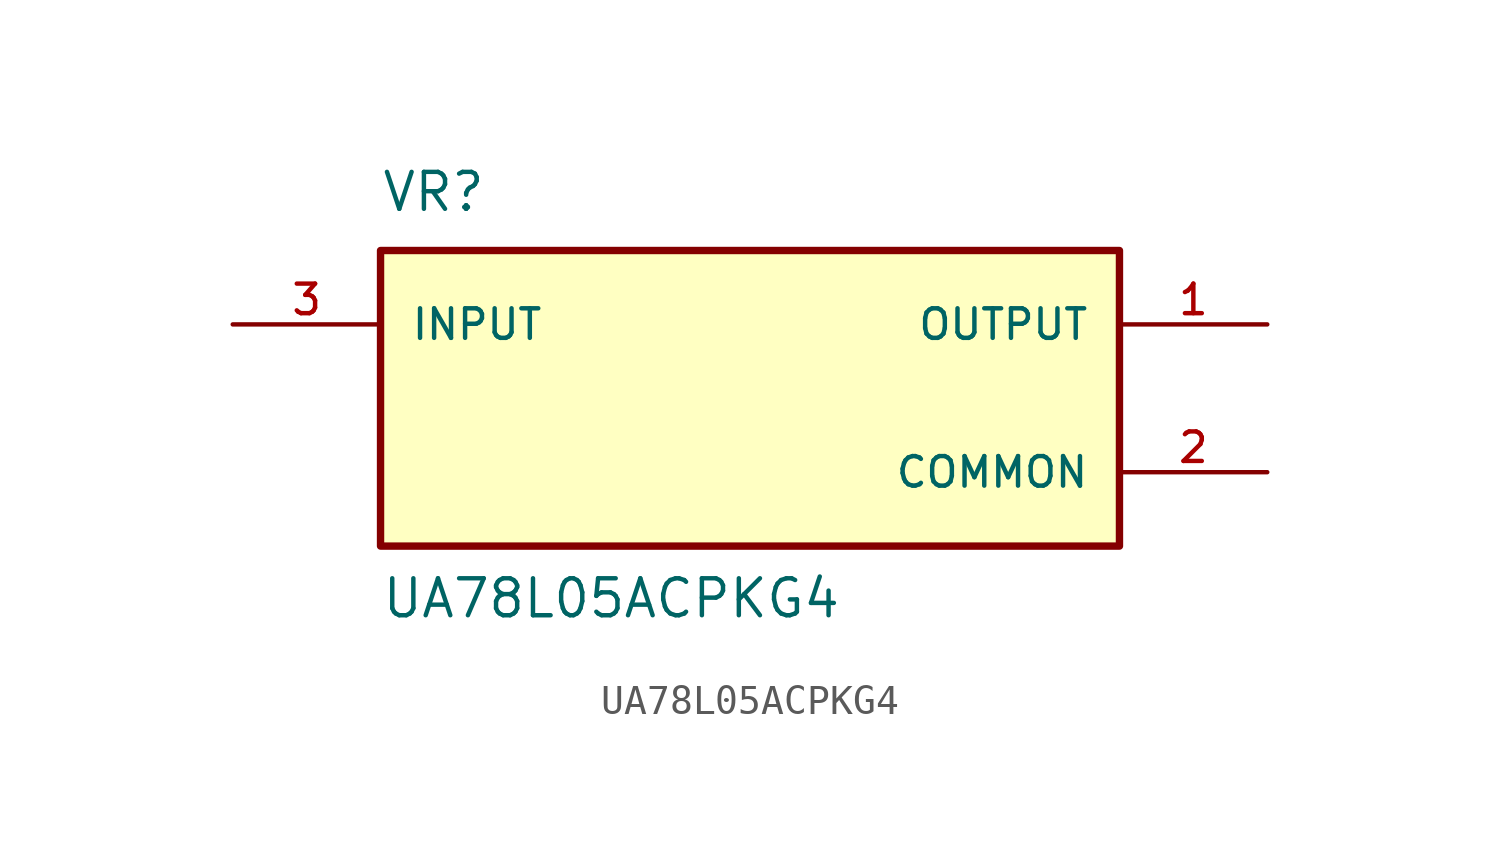
<source format=kicad_sym>
(kicad_symbol_lib
  (version 20211014)
  (generator kicad_symbol_editor)
  (symbol "UA78L05ACPKG4"
    (pin_names
      (offset 1.016))
    (property "Reference" "VR"
      (at -12.7 6.35 0)
      (effects (font (size 1.27 1.27)) (justify bottom left)))
    (property "Value" "UA78L05ACPKG4"
      (at -12.7 -7.62 0)
      (effects (font (size 1.27 1.27)) (justify bottom left)))
    (symbol "UA78L05ACPKG4_0_0"
      (rectangle (start -12.7 -5.08) (end 12.7 5.08) (stroke (width 0.254)) (fill (type background)))
      (pin input line (at -17.78 2.54 0) (length 5.08) (name "INPUT" (effects (font (size 1.016 1.016)))) (number "3" (effects (font (size 1.016 1.016)))))
      (pin power_in line (at 17.78 -2.54 180.0) (length 5.08) (name "COMMON" (effects (font (size 1.016 1.016)))) (number "2" (effects (font (size 1.016 1.016)))))
      (pin output line (at 17.78 2.54 180.0) (length 5.08) (name "OUTPUT" (effects (font (size 1.016 1.016)))) (number "1" (effects (font (size 1.016 1.016))))))))
</source>
